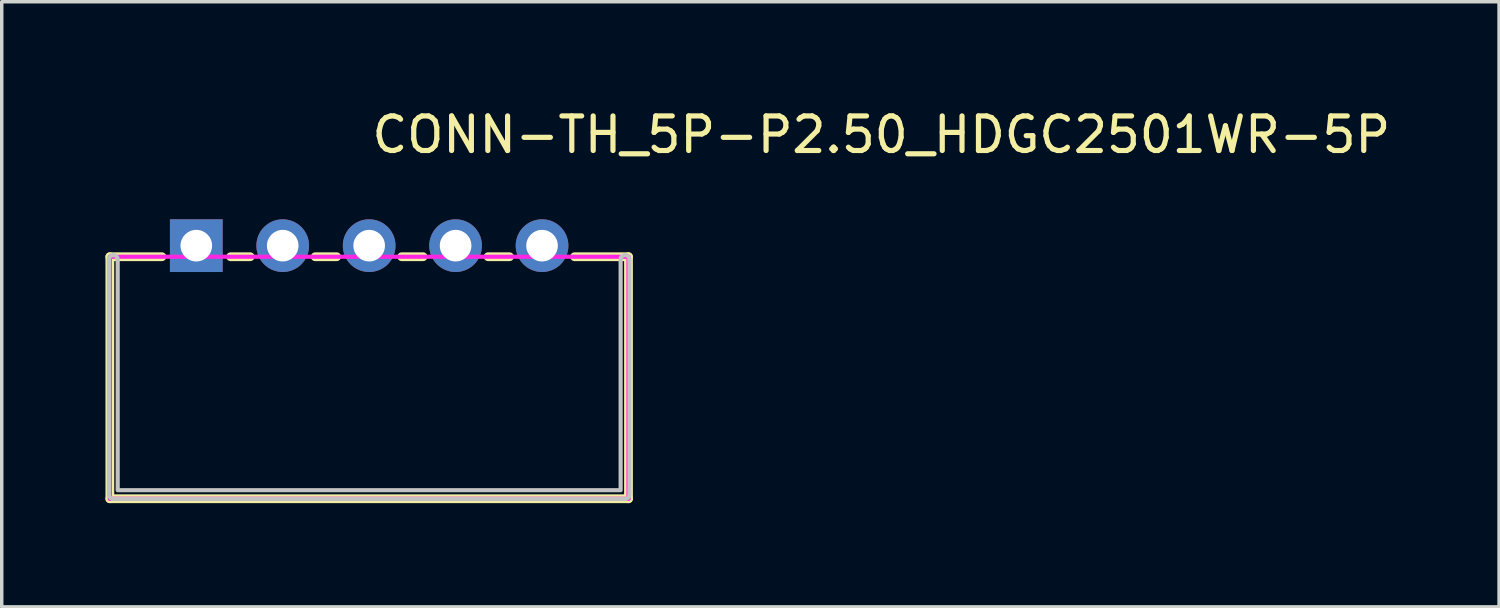
<source format=kicad_pcb>
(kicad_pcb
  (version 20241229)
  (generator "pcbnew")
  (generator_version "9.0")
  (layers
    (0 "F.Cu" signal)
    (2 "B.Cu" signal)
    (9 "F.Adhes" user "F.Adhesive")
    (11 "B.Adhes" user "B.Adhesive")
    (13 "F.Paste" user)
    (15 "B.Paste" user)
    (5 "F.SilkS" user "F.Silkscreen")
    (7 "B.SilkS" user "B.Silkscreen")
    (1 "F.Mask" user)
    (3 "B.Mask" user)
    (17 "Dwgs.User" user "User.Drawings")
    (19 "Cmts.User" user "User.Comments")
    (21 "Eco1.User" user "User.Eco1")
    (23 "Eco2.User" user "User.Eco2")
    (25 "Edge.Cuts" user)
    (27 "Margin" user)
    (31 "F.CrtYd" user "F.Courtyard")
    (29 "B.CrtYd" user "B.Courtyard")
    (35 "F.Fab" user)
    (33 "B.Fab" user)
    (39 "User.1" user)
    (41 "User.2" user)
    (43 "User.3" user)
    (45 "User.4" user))
  (footprint "CONN-TH_5P-P2.50_HDGC2501WR-5P"
    (layer "F.Cu")
    (at 7.627 4.055)
    (property "Reference" "CONN-TH_5P-P2.50_HDGC2501WR-5P" (at 0 -3.207 0) (layer "F.SilkS") (effects (font (size 1 1) (thickness 0.15)) (justify left)))
    (attr through_hole)
    (fp_line (start -7.5 0.32) (end -7.5 7.32) (stroke (width 0.254) (type solid)) (layer "F.SilkS"))
    (fp_line (start -7.5 0.32) (end -5.993 0.32) (stroke (width 0.254) (type solid)) (layer "F.SilkS"))
    (fp_line (start -7.5 7.32) (end 7.5 7.32) (stroke (width 0.254) (type solid)) (layer "F.SilkS"))
    (fp_line (start -4.007 0.32) (end -3.44 0.32) (stroke (width 0.254) (type solid)) (layer "F.SilkS"))
    (fp_line (start -1.56 0.32) (end -0.94 0.32) (stroke (width 0.254) (type solid)) (layer "F.SilkS"))
    (fp_line (start 0.94 0.32) (end 1.56 0.32) (stroke (width 0.254) (type solid)) (layer "F.SilkS"))
    (fp_line (start 3.44 0.32) (end 4.06 0.32) (stroke (width 0.254) (type solid)) (layer "F.SilkS"))
    (fp_line (start 5.94 0.32) (end 7.5 0.32) (stroke (width 0.254) (type solid)) (layer "F.SilkS"))
    (fp_line (start 7.5 0.32) (end 7.5 7.32) (stroke (width 0.254) (type solid)) (layer "F.SilkS"))
    (fp_poly (pts (xy -7.273 0.4) (xy -7.273 7.073) (xy 7.273 7.073) (xy 7.273 0.4) (xy 7.275 0.375) (xy 7.283 0.351) (xy 7.294 0.329) (xy 7.31 0.31) (xy 7.329 0.294) (xy 7.351 0.283) (xy 7.375 0.275) (xy 7.4 0.273) (xy 7.425 0.275) (xy 7.449 0.283) (xy 7.471 0.294) (xy 7.49 0.31) (xy 7.506 0.329) (xy 7.517 0.351) (xy 7.525 0.375) (xy 7.527 0.4) (xy 7.527 7.2) (xy 7.525 7.225) (xy 7.517 7.249) (xy 7.506 7.271) (xy 7.49 7.29) (xy 7.471 7.306) (xy 7.449 7.317) (xy 7.425 7.325) (xy 7.4 7.327) (xy -7.4 7.327) (xy -7.425 7.325) (xy -7.449 7.317) (xy -7.471 7.306) (xy -7.49 7.29) (xy -7.506 7.271) (xy -7.517 7.249) (xy -7.525 7.225) (xy -7.527 7.2) (xy -7.527 0.4) (xy -7.525 0.375) (xy -7.517 0.351) (xy -7.506 0.329) (xy -7.49 0.31) (xy -7.471 0.294) (xy -7.449 0.283) (xy -7.425 0.275) (xy -7.4 0.273) (xy -7.375 0.275) (xy -7.351 0.283) (xy -7.329 0.294) (xy -7.31 0.31) (xy -7.294 0.329) (xy -7.283 0.351) (xy -7.275 0.375) (xy -7.273 0.4)) (stroke (width 0.12) (type solid)) (fill no) (layer "Dwgs.User"))
    (fp_line (start -5.32 -0.32) (end -4.68 -0.32) (stroke (width 0.12) (type solid)) (layer "Eco2.User"))
    (fp_line (start -5.32 0.33) (end -5.32 -0.32) (stroke (width 0.12) (type solid)) (layer "Eco2.User"))
    (fp_line (start -4.68 -0.32) (end -4.68 0.33) (stroke (width 0.12) (type solid)) (layer "Eco2.User"))
    (fp_line (start -4.68 0.33) (end -5.32 0.33) (stroke (width 0.12) (type solid)) (layer "Eco2.User"))
    (fp_line (start -2.82 -0.32) (end -2.18 -0.32) (stroke (width 0.12) (type solid)) (layer "Eco2.User"))
    (fp_line (start -2.82 0.33) (end -2.82 -0.32) (stroke (width 0.12) (type solid)) (layer "Eco2.User"))
    (fp_line (start -2.18 -0.32) (end -2.18 0.33) (stroke (width 0.12) (type solid)) (layer "Eco2.User"))
    (fp_line (start -2.18 0.33) (end -2.82 0.33) (stroke (width 0.12) (type solid)) (layer "Eco2.User"))
    (fp_line (start -0.32 -0.32) (end 0.32 -0.32) (stroke (width 0.12) (type solid)) (layer "Eco2.User"))
    (fp_line (start -0.32 0.33) (end -0.32 -0.32) (stroke (width 0.12) (type solid)) (layer "Eco2.User"))
    (fp_line (start 0.32 -0.32) (end 0.32 0.33) (stroke (width 0.12) (type solid)) (layer "Eco2.User"))
    (fp_line (start 0.32 0.33) (end -0.32 0.33) (stroke (width 0.12) (type solid)) (layer "Eco2.User"))
    (fp_line (start 2.18 -0.32) (end 2.82 -0.32) (stroke (width 0.12) (type solid)) (layer "Eco2.User"))
    (fp_line (start 2.18 0.33) (end 2.18 -0.32) (stroke (width 0.12) (type solid)) (layer "Eco2.User"))
    (fp_line (start 2.82 -0.32) (end 2.82 0.33) (stroke (width 0.12) (type solid)) (layer "Eco2.User"))
    (fp_line (start 2.82 0.33) (end 2.18 0.33) (stroke (width 0.12) (type solid)) (layer "Eco2.User"))
    (fp_line (start 4.681 -0.32) (end 5.321 -0.32) (stroke (width 0.12) (type solid)) (layer "Eco2.User"))
    (fp_line (start 4.681 0.33) (end 4.681 -0.32) (stroke (width 0.12) (type solid)) (layer "Eco2.User"))
    (fp_line (start 5.321 -0.32) (end 5.321 0.33) (stroke (width 0.12) (type solid)) (layer "Eco2.User"))
    (fp_line (start 5.321 0.33) (end 4.681 0.33) (stroke (width 0.12) (type solid)) (layer "Eco2.User"))
    (fp_circle (center -7.5 7.32) (end -7.47 7.32) (stroke (width 0.06) (type solid)) (fill no) (layer "Eco2.User"))
    (fp_poly (pts (xy -5.32 -0.32) (xy -4.68 -0.32) (xy -4.68 0.32) (xy -5.32 0.32)) (stroke (width 0.12) (type solid)) (fill no) (layer "Eco2.User"))
    (fp_poly (pts (xy -2.82 -0.32) (xy -2.18 -0.32) (xy -2.18 0.32) (xy -2.82 0.32)) (stroke (width 0.12) (type solid)) (fill no) (layer "Eco2.User"))
    (fp_poly (pts (xy -0.32 -0.32) (xy 0.32 -0.32) (xy 0.32 0.32) (xy -0.32 0.32)) (stroke (width 0.12) (type solid)) (fill no) (layer "Eco2.User"))
    (fp_poly (pts (xy 2.18 -0.32) (xy 2.82 -0.32) (xy 2.82 0.32) (xy 2.18 0.32)) (stroke (width 0.12) (type solid)) (fill no) (layer "Eco2.User"))
    (fp_poly (pts (xy 4.68 -0.32) (xy 5.32 -0.32) (xy 5.32 0.32) (xy 4.68 0.32)) (stroke (width 0.12) (type solid)) (fill no) (layer "Eco2.User"))
    (fp_line (start -7.5 0.32) (end 7.5 0.32) (stroke (width 0.12) (type solid)) (layer "F.CrtYd"))
    (fp_line (start -7.5 7.32) (end -7.5 0.32) (stroke (width 0.12) (type solid)) (layer "F.CrtYd"))
    (fp_line (start 7.5 0.32) (end 7.5 7.32) (stroke (width 0.12) (type solid)) (layer "F.CrtYd"))
    (fp_line (start 7.5 7.32) (end -7.5 7.32) (stroke (width 0.12) (type solid)) (layer "F.CrtYd"))
    (pad "1" thru_hole rect (at -5 0) (size 1.524 1.524) (drill 0.914) (layers "*.Cu" "*.Mask"))
    (pad "2" thru_hole circle (at -2.5 0) (size 1.524 1.524) (drill 0.914) (layers "*.Cu" "*.Mask"))
    (pad "3" thru_hole circle (at 0 0) (size 1.524 1.524) (drill 0.914) (layers "*.Cu" "*.Mask"))
    (pad "4" thru_hole circle (at 2.5 0) (size 1.524 1.524) (drill 0.914) (layers "*.Cu" "*.Mask"))
    (pad "5" thru_hole circle (at 5 0) (size 1.524 1.524) (drill 0.914) (layers "*.Cu" "*.Mask")))
  (gr_rect
    (start -3 -3)
    (end 40.306 14.502)
    (stroke (width 0.1) (type default))
    (fill no)
    (layer "Edge.Cuts")))
</source>
